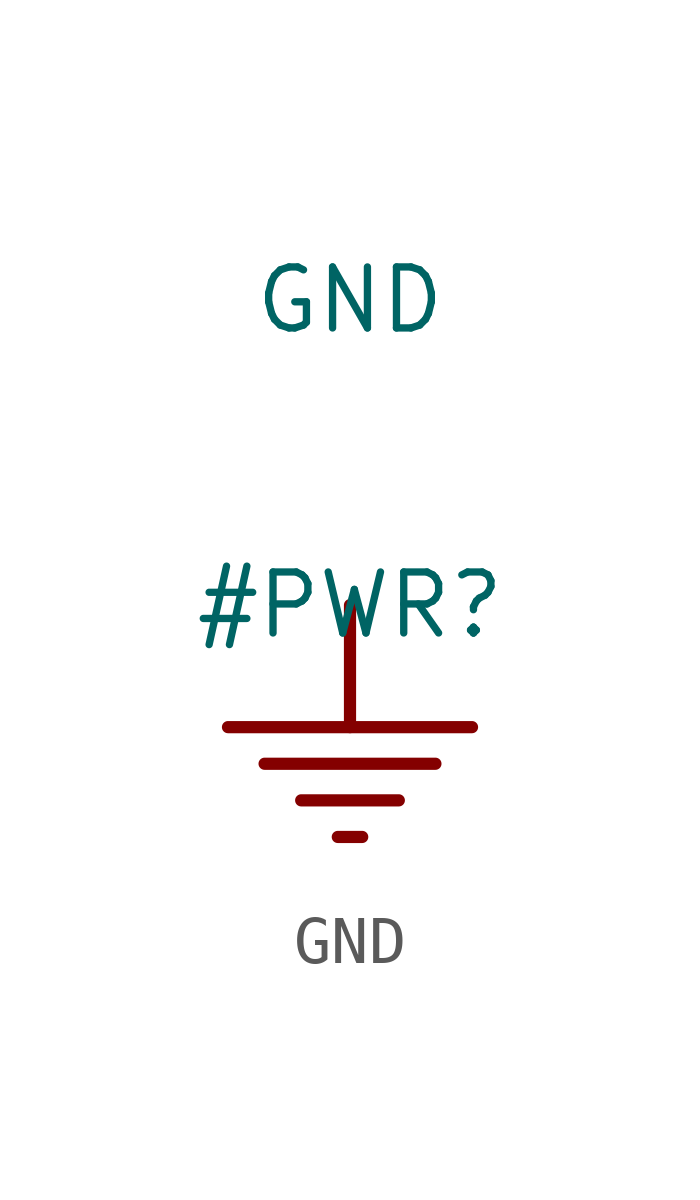
<source format=kicad_sym>
(kicad_symbol_lib
  (version 20210619)
  (generator kicad_symbol_editor)
  (symbol "OSD19001_USB-altium-import:GND"
    (power)
    (property "Reference" "#PWR"
      (at 0 0 0)
      (effects (font (size 1.27 1.27))))
    (property "Value" "GND"
      (at 0 6.35 0)
      (effects (font (size 1.27 1.27))))
    (symbol "GND_0_0"
      (polyline (pts (xy -0.254 -4.826) (xy 0.254 -4.826)) (stroke (width 0.254)) (fill (type none)))
      (polyline (pts (xy -2.54 -2.54) (xy 2.54 -2.54)) (stroke (width 0.254)) (fill (type none)))
      (polyline (pts (xy -1.778 -3.302) (xy 1.778 -3.302)) (stroke (width 0.254)) (fill (type none)))
      (polyline (pts (xy -1.016 -4.064) (xy 1.016 -4.064)) (stroke (width 0.254)) (fill (type none)))
      (polyline (pts (xy 0 0) (xy 0 -2.54)) (stroke (width 0.254)) (fill (type none)))
      (pin power_in line (at 0 0 0) (length 0) hide (name "GND" (effects (font (size 1.27 1.27)))) (number "" (effects (font (size 1.27 1.27))))))))
</source>
